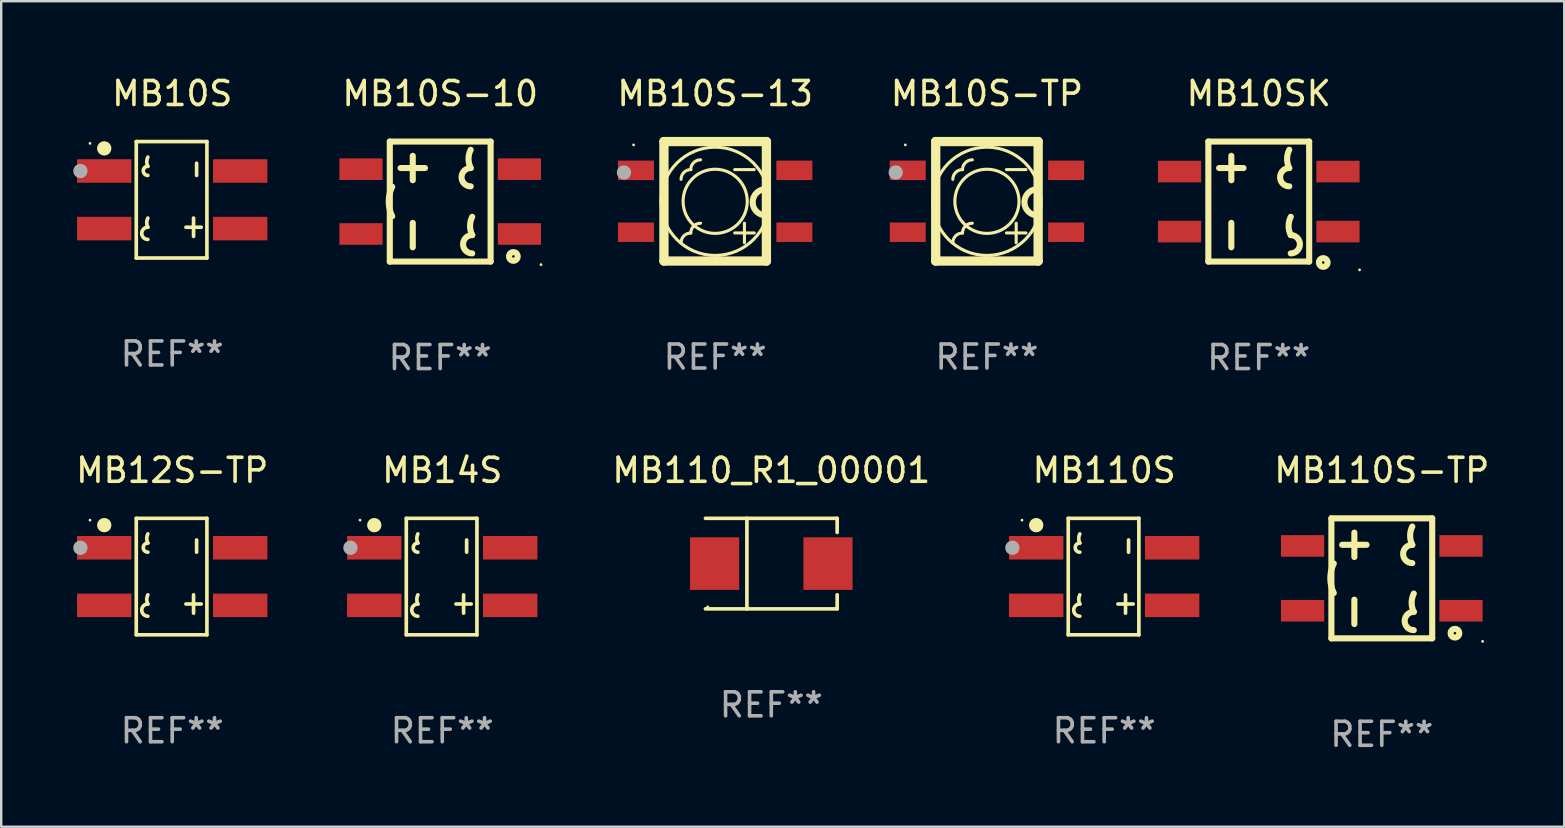
<source format=kicad_pcb>
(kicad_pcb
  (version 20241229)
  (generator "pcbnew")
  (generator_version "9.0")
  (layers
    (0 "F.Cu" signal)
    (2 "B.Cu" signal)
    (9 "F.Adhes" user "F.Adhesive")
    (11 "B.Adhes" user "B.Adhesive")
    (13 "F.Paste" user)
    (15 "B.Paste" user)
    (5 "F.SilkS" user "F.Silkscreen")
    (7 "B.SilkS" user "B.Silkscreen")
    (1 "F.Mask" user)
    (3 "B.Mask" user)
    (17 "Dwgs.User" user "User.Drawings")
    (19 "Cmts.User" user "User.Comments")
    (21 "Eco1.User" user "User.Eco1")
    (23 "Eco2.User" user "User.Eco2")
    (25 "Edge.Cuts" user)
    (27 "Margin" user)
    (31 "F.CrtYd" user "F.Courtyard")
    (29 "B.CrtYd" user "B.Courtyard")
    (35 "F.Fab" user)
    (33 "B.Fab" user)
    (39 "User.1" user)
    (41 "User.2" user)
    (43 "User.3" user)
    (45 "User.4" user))
  (footprint "MB10S-10"
    (layer "F.Cu")
    (at 15.29 5.348)
    (property "Reference" "MB10S-10" (at 0 -4.5 0) (layer "F.SilkS") (effects (font (size 1 1) (thickness 0.15))))
    (attr through_hole)
    (fp_line (start -2.1 -2.5) (end 2.1 -2.5) (stroke (width 0.254) (type solid)) (layer "F.SilkS"))
    (fp_line (start -2.1 2.5) (end -2.1 -2.5) (stroke (width 0.254) (type solid)) (layer "F.SilkS"))
    (fp_line (start -2.1 2.5) (end 2.1 2.5) (stroke (width 0.254) (type solid)) (layer "F.SilkS"))
    (fp_line (start -1.651 -1.397) (end -0.635 -1.397) (stroke (width 0.254) (type solid)) (layer "F.SilkS"))
    (fp_line (start -1.143 -0.889) (end -1.143 -1.905) (stroke (width 0.254) (type solid)) (layer "F.SilkS"))
    (fp_line (start -1.143 1.905) (end -1.143 0.889) (stroke (width 0.254) (type solid)) (layer "F.SilkS"))
    (fp_line (start 2.1 -2.5) (end 2.1 2.5) (stroke (width 0.254) (type solid)) (layer "F.SilkS"))
    (fp_arc (start -2 0.610593) (mid -2.144845 -0.004051) (end -2 -0.618694) (stroke (width 0.254001) (type solid)) (layer "F.SilkS"))
    (fp_arc (start 1.270003 -1.396978) (mid 1.180061 -1.777978) (end 1.270003 -2.158979) (stroke (width 0.254001) (type solid)) (layer "F.SilkS"))
    (fp_arc (start 1.270003 -0.634976) (mid 0.889002 -1.015977) (end 1.270003 -1.396978) (stroke (width 0.254001) (type solid)) (layer "F.SilkS"))
    (fp_arc (start 1.333503 1.397028) (mid 1.243561 1.016027) (end 1.333503 0.635027) (stroke (width 0.254001) (type solid)) (layer "F.SilkS"))
    (fp_arc (start 1.333503 2.15903) (mid 0.952502 1.778029) (end 1.333503 1.397028) (stroke (width 0.254001) (type solid)) (layer "F.SilkS"))
    (fp_circle (center 3.048 2.286) (end 3.228 2.286) (stroke (width 0.254) (type solid)) (fill no) (layer "F.SilkS"))
    (fp_circle (center 4.2 2.627) (end 4.23 2.627) (stroke (width 0.06) (type solid)) (fill no) (layer "F.SilkS"))
    (fp_text user "REF**" (at 0 6.5 0) (layer "F.Fab") (effects (font (size 1 1) (thickness 0.15))))
    (pad "1" smd rect (at 3.3 1.35 90) (size 0.9 1.8) (layers "F.Cu" "F.Mask" "F.Paste"))
    (pad "2" smd rect (at 3.3 -1.35 90) (size 0.9 1.8) (layers "F.Cu" "F.Mask" "F.Paste"))
    (pad "3" smd rect (at -3.3 -1.35 90) (size 0.9 1.8) (layers "F.Cu" "F.Mask" "F.Paste"))
    (pad "4" smd rect (at -3.3 1.35 90) (size 0.9 1.8) (layers "F.Cu" "F.Mask" "F.Paste")))
  (footprint "MB10S-TP"
    (layer "F.Cu")
    (at 38.068 5.337)
    (property "Reference" "MB10S-TP" (at 0 -4.489 0) (layer "F.SilkS") (effects (font (size 1 1) (thickness 0.15))))
    (attr through_hole)
    (fp_line (start -2.134 -2.489) (end -2.134 2.489) (stroke (width 0.387) (type solid)) (layer "F.SilkS"))
    (fp_line (start -2.134 2.489) (end 2.134 2.489) (stroke (width 0.387) (type solid)) (layer "F.SilkS"))
    (fp_line (start 1.219 0.914) (end 1.219 1.727) (stroke (width 0.129) (type solid)) (layer "F.SilkS"))
    (fp_line (start 1.626 -1.321) (end 0.813 -1.321) (stroke (width 0.129) (type solid)) (layer "F.SilkS"))
    (fp_line (start 1.626 1.318) (end 0.813 1.318) (stroke (width 0.129) (type solid)) (layer "F.SilkS"))
    (fp_line (start 2.134 -2.489) (end -2.134 -2.489) (stroke (width 0.387) (type solid)) (layer "F.SilkS"))
    (fp_line (start 2.134 2.489) (end 2.134 -2.489) (stroke (width 0.387) (type solid)) (layer "F.SilkS"))
    (fp_arc (start -1.827102 1.321285) (mid 1.82708 -1.321263) (end -1.827102 1.321285) (stroke (width 0.129032) (type solid)) (layer "F.SilkS"))
    (fp_arc (start -1.421946 -0.916129) (mid -1.303265 -1.202623) (end -1.016764 -1.321286) (stroke (width 0.129032) (type solid)) (layer "F.SilkS"))
    (fp_arc (start -1.421946 1.726441) (mid -1.303264 1.439948) (end -1.016763 1.321285) (stroke (width 0.129032) (type solid)) (layer "F.SilkS"))
    (fp_arc (start -1.016765 1.321285) (mid -0.897348 1.032972) (end -0.609042 0.913538) (stroke (width 0.129032) (type solid)) (layer "F.SilkS"))
    (fp_arc (start -1.016764 -1.321286) (mid -0.897347 -1.609598) (end -0.609042 -1.729032) (stroke (width 0.129032) (type solid)) (layer "F.SilkS"))
    (fp_arc (start -0.201295 1.321285) (mid 0.201273 -1.321263) (end -0.201295 1.321285) (stroke (width 0.129032) (type solid)) (layer "F.SilkS"))
    (fp_arc (start 2.108204 0.584201) (mid 1.562103 0.0381) (end 2.108204 -0.508001) (stroke (width 0.254001) (type solid)) (layer "F.SilkS"))
    (fp_circle (center -3.4 -2.35) (end -3.37 -2.35) (stroke (width 0.06) (type solid)) (fill no) (layer "F.SilkS"))
    (fp_circle (center -3.8 -1.2) (end -3.65 -1.2) (stroke (width 0.3) (type solid)) (fill no) (layer "F.Fab"))
    (fp_text user "REF**" (at 0 6.489 0) (layer "F.Fab") (effects (font (size 1 1) (thickness 0.15))))
    (pad "1" smd rect (at -3.3 -1.29) (size 1.5 0.813) (layers "F.Cu" "F.Mask" "F.Paste"))
    (pad "2" smd rect (at -3.3 1.29) (size 1.5 0.813) (layers "F.Cu" "F.Mask" "F.Paste"))
    (pad "3" smd rect (at 3.3 1.29) (size 1.5 0.813) (layers "F.Cu" "F.Mask" "F.Paste"))
    (pad "4" smd rect (at 3.3 -1.29) (size 1.5 0.813) (layers "F.Cu" "F.Mask" "F.Paste")))
  (footprint "MB110_R1_00001"
    (layer "F.Cu")
    (at 29.084 20.431)
    (property "Reference" "MB110_R1_00001" (at 0 -3.886 0) (layer "F.SilkS") (effects (font (size 1 1) (thickness 0.15))))
    (attr through_hole)
    (fp_line (start -2.744 -1.886) (end 2.744 -1.886) (stroke (width 0.152) (type solid)) (layer "F.SilkS"))
    (fp_line (start -2.744 1.886) (end 2.744 1.886) (stroke (width 0.152) (type solid)) (layer "F.SilkS"))
    (fp_line (start -1.016 -1.886) (end -1.016 1.886) (stroke (width 0.152) (type solid)) (layer "F.SilkS"))
    (fp_line (start 2.744 -1.886) (end 2.744 -1.299) (stroke (width 0.152) (type solid)) (layer "F.SilkS"))
    (fp_line (start 2.744 1.886) (end 2.744 1.299) (stroke (width 0.152) (type solid)) (layer "F.SilkS"))
    (fp_circle (center -2.65 1.8) (end -2.62 1.8) (stroke (width 0.06) (type solid)) (fill no) (layer "F.SilkS"))
    (fp_text user "REF**" (at 0 5.886 0) (layer "F.Fab") (effects (font (size 1 1) (thickness 0.15))))
    (pad "1" smd rect (at -2.361 0) (size 2.047 2.192) (layers "F.Cu" "F.Mask" "F.Paste"))
    (pad "2" smd rect (at 2.361 0) (size 2.047 2.192) (layers "F.Cu" "F.Mask" "F.Paste")))
  (footprint "MB10SK"
    (layer "F.Cu")
    (at 49.393 5.348)
    (property "Reference" "MB10SK" (at 0 -4.5 0) (layer "F.SilkS") (effects (font (size 1 1) (thickness 0.15))))
    (attr through_hole)
    (fp_line (start -2.1 -2.5) (end 2.1 -2.5) (stroke (width 0.254) (type solid)) (layer "F.SilkS"))
    (fp_line (start -2.1 2.5) (end -2.1 -2.5) (stroke (width 0.254) (type solid)) (layer "F.SilkS"))
    (fp_line (start -2.1 2.5) (end 2.1 2.5) (stroke (width 0.254) (type solid)) (layer "F.SilkS"))
    (fp_line (start -1.651 -1.397) (end -0.635 -1.397) (stroke (width 0.254) (type solid)) (layer "F.SilkS"))
    (fp_line (start -1.143 -0.889) (end -1.143 -1.905) (stroke (width 0.254) (type solid)) (layer "F.SilkS"))
    (fp_line (start -1.143 1.905) (end -1.143 0.889) (stroke (width 0.254) (type solid)) (layer "F.SilkS"))
    (fp_line (start 2.1 -2.5) (end 2.1 2.5) (stroke (width 0.254) (type solid)) (layer "F.SilkS"))
    (fp_arc (start 1.270003 -1.396902) (mid 1.180061 -1.777902) (end 1.270003 -2.158903) (stroke (width 0.254001) (type solid)) (layer "F.SilkS"))
    (fp_arc (start 1.270003 -0.6349) (mid 0.889003 -1.0159) (end 1.270003 -1.3969) (stroke (width 0.254001) (type solid)) (layer "F.SilkS"))
    (fp_arc (start 1.333503 1.397104) (mid 1.243561 1.016104) (end 1.333503 0.635103) (stroke (width 0.254001) (type solid)) (layer "F.SilkS"))
    (fp_arc (start 1.333503 1.397104) (mid 1.714504 1.778105) (end 1.333503 2.159106) (stroke (width 0.254001) (type solid)) (layer "F.SilkS"))
    (fp_circle (center 2.687 2.538) (end 2.867 2.538) (stroke (width 0.254) (type solid)) (fill no) (layer "F.SilkS"))
    (fp_circle (center 4.2 2.845) (end 4.23 2.845) (stroke (width 0.06) (type solid)) (fill no) (layer "F.SilkS"))
    (fp_text user "REF**" (at 0 6.5 0) (layer "F.Fab") (effects (font (size 1 1) (thickness 0.15))))
    (pad "1" smd rect (at 3.3 1.25 270) (size 0.9 1.8) (layers "F.Cu" "F.Mask" "F.Paste"))
    (pad "2" smd rect (at 3.3 -1.25 270) (size 0.9 1.8) (layers "F.Cu" "F.Mask" "F.Paste"))
    (pad "3" smd rect (at -3.3 -1.25 270) (size 0.9 1.8) (layers "F.Cu" "F.Mask" "F.Paste"))
    (pad "4" smd rect (at -3.3 1.25 270) (size 0.9 1.8) (layers "F.Cu" "F.Mask" "F.Paste")))
  (footprint "MB110S"
    (layer "F.Cu")
    (at 42.953 20.971)
    (property "Reference" "MB110S" (at 0 -4.426 0) (layer "F.SilkS") (effects (font (size 1 1) (thickness 0.15))))
    (attr through_hole)
    (fp_line (start -1.498 -2.426) (end -1.498 2.426) (stroke (width 0.152) (type solid)) (layer "F.SilkS"))
    (fp_line (start -1.498 2.426) (end 1.445 2.426) (stroke (width 0.152) (type solid)) (layer "F.SilkS"))
    (fp_line (start 0.572 1.143) (end 1.207 1.143) (stroke (width 0.152) (type solid)) (layer "F.SilkS"))
    (fp_line (start 0.889 0.762) (end 0.889 1.524) (stroke (width 0.152) (type solid)) (layer "F.SilkS"))
    (fp_line (start 1.016 -1.524) (end 1.016 -1.016) (stroke (width 0.152) (type solid)) (layer "F.SilkS"))
    (fp_line (start 1.445 -2.426) (end -1.498 -2.426) (stroke (width 0.152) (type solid)) (layer "F.SilkS"))
    (fp_line (start 1.445 2.426) (end 1.445 -2.426) (stroke (width 0.152) (type solid)) (layer "F.SilkS"))
    (fp_arc (start -1.015951 -1.397003) (mid -1.060922 -1.587503) (end -1.015951 -1.778004) (stroke (width 0.151994) (type solid)) (layer "F.SilkS"))
    (fp_arc (start -1.015951 -1.016002) (mid -1.20635 -1.206528) (end -1.015875 -1.396978) (stroke (width 0.151994) (type solid)) (layer "F.SilkS"))
    (fp_arc (start -1.015951 1.143003) (mid -1.060922 0.952502) (end -1.015951 0.762002) (stroke (width 0.151994) (type solid)) (layer "F.SilkS"))
    (fp_arc (start -1.015951 1.651003) (mid -1.269849 1.396978) (end -1.015875 1.143029) (stroke (width 0.151994) (type solid)) (layer "F.SilkS"))
    (fp_circle (center -3.425 -2.35) (end -3.395 -2.35) (stroke (width 0.06) (type solid)) (fill no) (layer "F.SilkS"))
    (fp_circle (center -2.832 -2.142) (end -2.682 -2.142) (stroke (width 0.3) (type solid)) (fill no) (layer "F.SilkS"))
    (fp_circle (center -3.825 -1.2) (end -3.675 -1.2) (stroke (width 0.3) (type solid)) (fill no) (layer "F.Fab"))
    (fp_text user "REF**" (at 0 6.426 0) (layer "F.Fab") (effects (font (size 1 1) (thickness 0.15))))
    (pad "1" smd rect (at -2.832 -1.2 270) (size 0.98 2.265) (layers "F.Cu" "F.Mask" "F.Paste"))
    (pad "2" smd rect (at -2.832 1.2 270) (size 0.98 2.265) (layers "F.Cu" "F.Mask" "F.Paste"))
    (pad "3" smd rect (at 2.832 1.2 270) (size 0.98 2.265) (layers "F.Cu" "F.Mask" "F.Paste"))
    (pad "4" smd rect (at 2.832 -1.2 270) (size 0.98 2.265) (layers "F.Cu" "F.Mask" "F.Paste")))
  (footprint "MB14S"
    (layer "F.Cu")
    (at 15.375 20.971)
    (property "Reference" "MB14S" (at 0 -4.426 0) (layer "F.SilkS") (effects (font (size 1 1) (thickness 0.15))))
    (attr through_hole)
    (fp_line (start -1.498 -2.426) (end -1.498 2.426) (stroke (width 0.152) (type solid)) (layer "F.SilkS"))
    (fp_line (start -1.498 2.426) (end 1.445 2.426) (stroke (width 0.152) (type solid)) (layer "F.SilkS"))
    (fp_line (start 0.572 1.143) (end 1.207 1.143) (stroke (width 0.152) (type solid)) (layer "F.SilkS"))
    (fp_line (start 0.889 0.762) (end 0.889 1.524) (stroke (width 0.152) (type solid)) (layer "F.SilkS"))
    (fp_line (start 1.016 -1.524) (end 1.016 -1.016) (stroke (width 0.152) (type solid)) (layer "F.SilkS"))
    (fp_line (start 1.445 -2.426) (end -1.498 -2.426) (stroke (width 0.152) (type solid)) (layer "F.SilkS"))
    (fp_line (start 1.445 2.426) (end 1.445 -2.426) (stroke (width 0.152) (type solid)) (layer "F.SilkS"))
    (fp_arc (start -1.015951 -1.397003) (mid -1.060922 -1.587503) (end -1.015951 -1.778004) (stroke (width 0.151994) (type solid)) (layer "F.SilkS"))
    (fp_arc (start -1.015951 -1.016002) (mid -1.20635 -1.206528) (end -1.015875 -1.396978) (stroke (width 0.151994) (type solid)) (layer "F.SilkS"))
    (fp_arc (start -1.015951 1.143003) (mid -1.060922 0.952502) (end -1.015951 0.762002) (stroke (width 0.151994) (type solid)) (layer "F.SilkS"))
    (fp_arc (start -1.015951 1.651003) (mid -1.269849 1.396978) (end -1.015875 1.143029) (stroke (width 0.151994) (type solid)) (layer "F.SilkS"))
    (fp_circle (center -3.425 -2.35) (end -3.395 -2.35) (stroke (width 0.06) (type solid)) (fill no) (layer "F.SilkS"))
    (fp_circle (center -2.832 -2.142) (end -2.682 -2.142) (stroke (width 0.3) (type solid)) (fill no) (layer "F.SilkS"))
    (fp_circle (center -3.825 -1.2) (end -3.675 -1.2) (stroke (width 0.3) (type solid)) (fill no) (layer "F.Fab"))
    (fp_text user "REF**" (at 0 6.426 0) (layer "F.Fab") (effects (font (size 1 1) (thickness 0.15))))
    (pad "1" smd rect (at -2.832 -1.2 270) (size 0.98 2.265) (layers "F.Cu" "F.Mask" "F.Paste"))
    (pad "2" smd rect (at -2.832 1.2 270) (size 0.98 2.265) (layers "F.Cu" "F.Mask" "F.Paste"))
    (pad "3" smd rect (at 2.832 1.2 270) (size 0.98 2.265) (layers "F.Cu" "F.Mask" "F.Paste"))
    (pad "4" smd rect (at 2.832 -1.2 270) (size 0.98 2.265) (layers "F.Cu" "F.Mask" "F.Paste")))
  (footprint "MB10S"
    (layer "F.Cu")
    (at 4.125 5.274)
    (property "Reference" "MB10S" (at 0 -4.426 0) (layer "F.SilkS") (effects (font (size 1 1) (thickness 0.15))))
    (attr through_hole)
    (fp_line (start -1.498 -2.426) (end -1.498 2.426) (stroke (width 0.152) (type solid)) (layer "F.SilkS"))
    (fp_line (start -1.498 2.426) (end 1.445 2.426) (stroke (width 0.152) (type solid)) (layer "F.SilkS"))
    (fp_line (start 0.572 1.143) (end 1.207 1.143) (stroke (width 0.152) (type solid)) (layer "F.SilkS"))
    (fp_line (start 0.889 0.762) (end 0.889 1.524) (stroke (width 0.152) (type solid)) (layer "F.SilkS"))
    (fp_line (start 1.016 -1.524) (end 1.016 -1.016) (stroke (width 0.152) (type solid)) (layer "F.SilkS"))
    (fp_line (start 1.445 -2.426) (end -1.498 -2.426) (stroke (width 0.152) (type solid)) (layer "F.SilkS"))
    (fp_line (start 1.445 2.426) (end 1.445 -2.426) (stroke (width 0.152) (type solid)) (layer "F.SilkS"))
    (fp_arc (start -1.015951 -1.397003) (mid -1.060922 -1.587503) (end -1.015951 -1.778004) (stroke (width 0.151994) (type solid)) (layer "F.SilkS"))
    (fp_arc (start -1.015951 -1.016002) (mid -1.20635 -1.206528) (end -1.015875 -1.396978) (stroke (width 0.151994) (type solid)) (layer "F.SilkS"))
    (fp_arc (start -1.015951 1.143003) (mid -1.060922 0.952502) (end -1.015951 0.762002) (stroke (width 0.151994) (type solid)) (layer "F.SilkS"))
    (fp_arc (start -1.015951 1.651003) (mid -1.269849 1.396978) (end -1.015875 1.143029) (stroke (width 0.151994) (type solid)) (layer "F.SilkS"))
    (fp_circle (center -3.425 -2.35) (end -3.395 -2.35) (stroke (width 0.06) (type solid)) (fill no) (layer "F.SilkS"))
    (fp_circle (center -2.832 -2.142) (end -2.682 -2.142) (stroke (width 0.3) (type solid)) (fill no) (layer "F.SilkS"))
    (fp_circle (center -3.825 -1.2) (end -3.675 -1.2) (stroke (width 0.3) (type solid)) (fill no) (layer "F.Fab"))
    (fp_text user "REF**" (at 0 6.426 0) (layer "F.Fab") (effects (font (size 1 1) (thickness 0.15))))
    (pad "1" smd rect (at -2.832 -1.2 270) (size 0.98 2.265) (layers "F.Cu" "F.Mask" "F.Paste"))
    (pad "2" smd rect (at -2.832 1.2 270) (size 0.98 2.265) (layers "F.Cu" "F.Mask" "F.Paste"))
    (pad "3" smd rect (at 2.832 1.2 270) (size 0.98 2.265) (layers "F.Cu" "F.Mask" "F.Paste"))
    (pad "4" smd rect (at 2.832 -1.2 270) (size 0.98 2.265) (layers "F.Cu" "F.Mask" "F.Paste")))
  (footprint "MB110S-TP"
    (layer "F.Cu")
    (at 54.519 21.045)
    (property "Reference" "MB110S-TP" (at 0 -4.5 0) (layer "F.SilkS") (effects (font (size 1 1) (thickness 0.15))))
    (attr through_hole)
    (fp_line (start -2.1 -2.5) (end 2.1 -2.5) (stroke (width 0.254) (type solid)) (layer "F.SilkS"))
    (fp_line (start -2.1 2.5) (end -2.1 -2.5) (stroke (width 0.254) (type solid)) (layer "F.SilkS"))
    (fp_line (start -2.1 2.5) (end 2.1 2.5) (stroke (width 0.254) (type solid)) (layer "F.SilkS"))
    (fp_line (start -1.651 -1.397) (end -0.635 -1.397) (stroke (width 0.254) (type solid)) (layer "F.SilkS"))
    (fp_line (start -1.143 -0.889) (end -1.143 -1.905) (stroke (width 0.254) (type solid)) (layer "F.SilkS"))
    (fp_line (start -1.143 1.905) (end -1.143 0.889) (stroke (width 0.254) (type solid)) (layer "F.SilkS"))
    (fp_line (start 2.1 -2.5) (end 2.1 2.5) (stroke (width 0.254) (type solid)) (layer "F.SilkS"))
    (fp_arc (start -2 0.610593) (mid -2.144845 -0.004051) (end -2 -0.618694) (stroke (width 0.254001) (type solid)) (layer "F.SilkS"))
    (fp_arc (start 1.270003 -1.396978) (mid 1.180061 -1.777978) (end 1.270003 -2.158979) (stroke (width 0.254001) (type solid)) (layer "F.SilkS"))
    (fp_arc (start 1.270003 -0.634976) (mid 0.889002 -1.015977) (end 1.270003 -1.396978) (stroke (width 0.254001) (type solid)) (layer "F.SilkS"))
    (fp_arc (start 1.333503 1.397028) (mid 1.243561 1.016027) (end 1.333503 0.635027) (stroke (width 0.254001) (type solid)) (layer "F.SilkS"))
    (fp_arc (start 1.333503 2.15903) (mid 0.952502 1.778029) (end 1.333503 1.397028) (stroke (width 0.254001) (type solid)) (layer "F.SilkS"))
    (fp_circle (center 3.048 2.286) (end 3.228 2.286) (stroke (width 0.254) (type solid)) (fill no) (layer "F.SilkS"))
    (fp_circle (center 4.2 2.627) (end 4.23 2.627) (stroke (width 0.06) (type solid)) (fill no) (layer "F.SilkS"))
    (fp_text user "REF**" (at 0 6.5 0) (layer "F.Fab") (effects (font (size 1 1) (thickness 0.15))))
    (pad "1" smd rect (at 3.3 1.35 90) (size 0.9 1.8) (layers "F.Cu" "F.Mask" "F.Paste"))
    (pad "2" smd rect (at 3.3 -1.35 90) (size 0.9 1.8) (layers "F.Cu" "F.Mask" "F.Paste"))
    (pad "3" smd rect (at -3.3 -1.35 90) (size 0.9 1.8) (layers "F.Cu" "F.Mask" "F.Paste"))
    (pad "4" smd rect (at -3.3 1.35 90) (size 0.9 1.8) (layers "F.Cu" "F.Mask" "F.Paste")))
  (footprint "MB12S-TP"
    (layer "F.Cu")
    (at 4.125 20.971)
    (property "Reference" "MB12S-TP" (at 0 -4.426 0) (layer "F.SilkS") (effects (font (size 1 1) (thickness 0.15))))
    (attr through_hole)
    (fp_line (start -1.498 -2.426) (end -1.498 2.426) (stroke (width 0.152) (type solid)) (layer "F.SilkS"))
    (fp_line (start -1.498 2.426) (end 1.445 2.426) (stroke (width 0.152) (type solid)) (layer "F.SilkS"))
    (fp_line (start 0.572 1.143) (end 1.207 1.143) (stroke (width 0.152) (type solid)) (layer "F.SilkS"))
    (fp_line (start 0.889 0.762) (end 0.889 1.524) (stroke (width 0.152) (type solid)) (layer "F.SilkS"))
    (fp_line (start 1.016 -1.524) (end 1.016 -1.016) (stroke (width 0.152) (type solid)) (layer "F.SilkS"))
    (fp_line (start 1.445 -2.426) (end -1.498 -2.426) (stroke (width 0.152) (type solid)) (layer "F.SilkS"))
    (fp_line (start 1.445 2.426) (end 1.445 -2.426) (stroke (width 0.152) (type solid)) (layer "F.SilkS"))
    (fp_arc (start -1.015951 -1.397003) (mid -1.060922 -1.587503) (end -1.015951 -1.778004) (stroke (width 0.151994) (type solid)) (layer "F.SilkS"))
    (fp_arc (start -1.015951 -1.016002) (mid -1.20635 -1.206528) (end -1.015875 -1.396978) (stroke (width 0.151994) (type solid)) (layer "F.SilkS"))
    (fp_arc (start -1.015951 1.143003) (mid -1.060922 0.952502) (end -1.015951 0.762002) (stroke (width 0.151994) (type solid)) (layer "F.SilkS"))
    (fp_arc (start -1.015951 1.651003) (mid -1.269849 1.396978) (end -1.015875 1.143029) (stroke (width 0.151994) (type solid)) (layer "F.SilkS"))
    (fp_circle (center -3.425 -2.35) (end -3.395 -2.35) (stroke (width 0.06) (type solid)) (fill no) (layer "F.SilkS"))
    (fp_circle (center -2.832 -2.142) (end -2.682 -2.142) (stroke (width 0.3) (type solid)) (fill no) (layer "F.SilkS"))
    (fp_circle (center -3.825 -1.2) (end -3.675 -1.2) (stroke (width 0.3) (type solid)) (fill no) (layer "F.Fab"))
    (fp_text user "REF**" (at 0 6.426 0) (layer "F.Fab") (effects (font (size 1 1) (thickness 0.15))))
    (pad "1" smd rect (at -2.832 -1.2 270) (size 0.98 2.265) (layers "F.Cu" "F.Mask" "F.Paste"))
    (pad "2" smd rect (at -2.832 1.2 270) (size 0.98 2.265) (layers "F.Cu" "F.Mask" "F.Paste"))
    (pad "3" smd rect (at 2.832 1.2 270) (size 0.98 2.265) (layers "F.Cu" "F.Mask" "F.Paste"))
    (pad "4" smd rect (at 2.832 -1.2 270) (size 0.98 2.265) (layers "F.Cu" "F.Mask" "F.Paste")))
  (footprint "MB10S-13"
    (layer "F.Cu")
    (at 26.746 5.337)
    (property "Reference" "MB10S-13" (at 0 -4.489 0) (layer "F.SilkS") (effects (font (size 1 1) (thickness 0.15))))
    (attr through_hole)
    (fp_line (start -2.134 -2.489) (end -2.134 2.489) (stroke (width 0.387) (type solid)) (layer "F.SilkS"))
    (fp_line (start -2.134 2.489) (end 2.134 2.489) (stroke (width 0.387) (type solid)) (layer "F.SilkS"))
    (fp_line (start 1.219 0.914) (end 1.219 1.727) (stroke (width 0.129) (type solid)) (layer "F.SilkS"))
    (fp_line (start 1.626 -1.321) (end 0.813 -1.321) (stroke (width 0.129) (type solid)) (layer "F.SilkS"))
    (fp_line (start 1.626 1.318) (end 0.813 1.318) (stroke (width 0.129) (type solid)) (layer "F.SilkS"))
    (fp_line (start 2.134 -2.489) (end -2.134 -2.489) (stroke (width 0.387) (type solid)) (layer "F.SilkS"))
    (fp_line (start 2.134 2.489) (end 2.134 -2.489) (stroke (width 0.387) (type solid)) (layer "F.SilkS"))
    (fp_arc (start -1.827102 1.321285) (mid 1.82708 -1.321263) (end -1.827102 1.321285) (stroke (width 0.129032) (type solid)) (layer "F.SilkS"))
    (fp_arc (start -1.421946 -0.916129) (mid -1.303265 -1.202623) (end -1.016764 -1.321286) (stroke (width 0.129032) (type solid)) (layer "F.SilkS"))
    (fp_arc (start -1.421946 1.726441) (mid -1.303264 1.439948) (end -1.016763 1.321285) (stroke (width 0.129032) (type solid)) (layer "F.SilkS"))
    (fp_arc (start -1.016765 1.321285) (mid -0.897348 1.032972) (end -0.609042 0.913538) (stroke (width 0.129032) (type solid)) (layer "F.SilkS"))
    (fp_arc (start -1.016764 -1.321286) (mid -0.897347 -1.609598) (end -0.609042 -1.729032) (stroke (width 0.129032) (type solid)) (layer "F.SilkS"))
    (fp_arc (start -0.201295 1.321285) (mid 0.201273 -1.321263) (end -0.201295 1.321285) (stroke (width 0.129032) (type solid)) (layer "F.SilkS"))
    (fp_arc (start 2.108204 0.584201) (mid 1.562103 0.0381) (end 2.108204 -0.508001) (stroke (width 0.254001) (type solid)) (layer "F.SilkS"))
    (fp_circle (center -3.4 -2.35) (end -3.37 -2.35) (stroke (width 0.06) (type solid)) (fill no) (layer "F.SilkS"))
    (fp_circle (center -3.8 -1.2) (end -3.65 -1.2) (stroke (width 0.3) (type solid)) (fill no) (layer "F.Fab"))
    (fp_text user "REF**" (at 0 6.489 0) (layer "F.Fab") (effects (font (size 1 1) (thickness 0.15))))
    (pad "1" smd rect (at -3.3 -1.29) (size 1.5 0.813) (layers "F.Cu" "F.Mask" "F.Paste"))
    (pad "2" smd rect (at -3.3 1.29) (size 1.5 0.813) (layers "F.Cu" "F.Mask" "F.Paste"))
    (pad "3" smd rect (at 3.3 1.29) (size 1.5 0.813) (layers "F.Cu" "F.Mask" "F.Paste"))
    (pad "4" smd rect (at 3.3 -1.29) (size 1.5 0.813) (layers "F.Cu" "F.Mask" "F.Paste")))
  (gr_rect
    (start -3 -3)
    (end 62.12 31.393)
    (stroke (width 0.1) (type default))
    (fill no)
    (layer "Edge.Cuts")))
</source>
